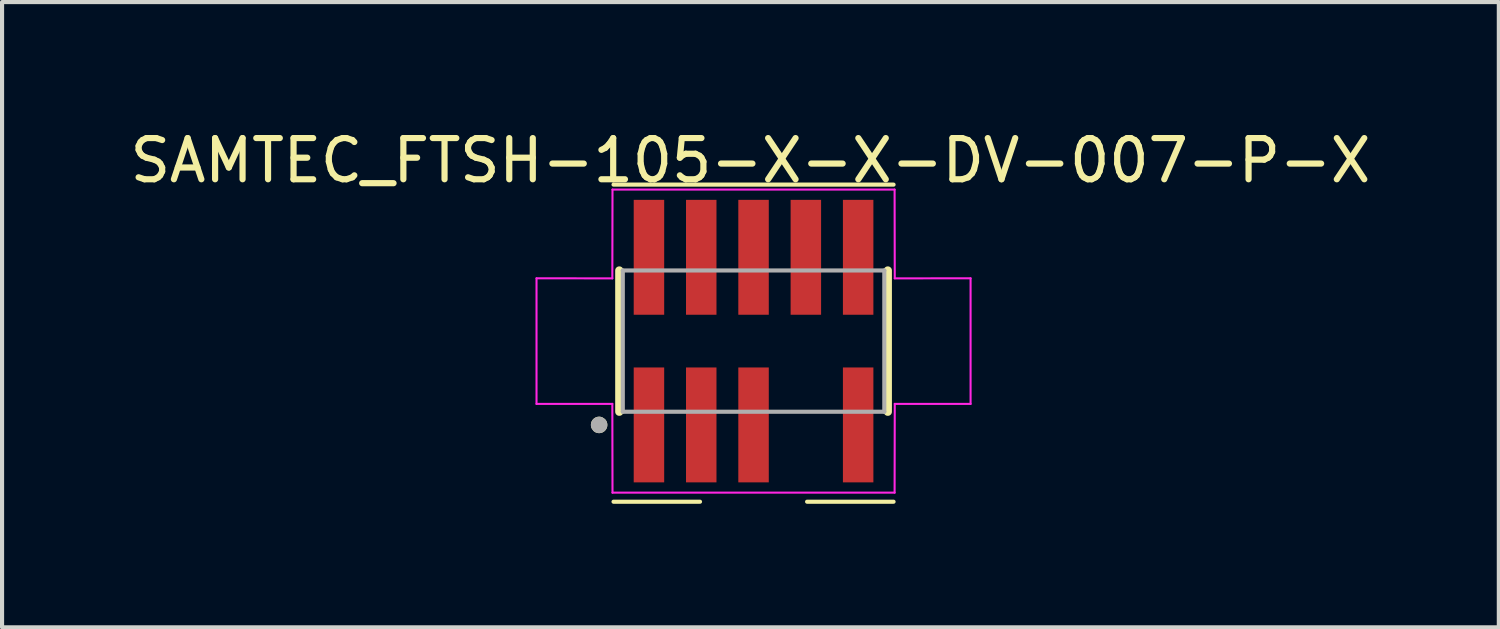
<source format=kicad_pcb>
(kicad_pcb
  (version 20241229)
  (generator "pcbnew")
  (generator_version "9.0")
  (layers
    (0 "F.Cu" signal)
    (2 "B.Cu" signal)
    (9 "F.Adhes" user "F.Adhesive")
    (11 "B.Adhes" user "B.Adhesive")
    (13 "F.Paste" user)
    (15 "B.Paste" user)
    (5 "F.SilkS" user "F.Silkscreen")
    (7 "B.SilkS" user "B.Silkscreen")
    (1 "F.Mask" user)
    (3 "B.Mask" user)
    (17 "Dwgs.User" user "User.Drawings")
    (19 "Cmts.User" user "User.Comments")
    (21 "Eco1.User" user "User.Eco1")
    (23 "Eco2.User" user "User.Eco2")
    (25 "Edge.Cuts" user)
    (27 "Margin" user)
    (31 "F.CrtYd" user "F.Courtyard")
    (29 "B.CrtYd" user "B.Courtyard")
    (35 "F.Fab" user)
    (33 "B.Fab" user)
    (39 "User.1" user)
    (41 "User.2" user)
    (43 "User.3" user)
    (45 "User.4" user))
  (footprint "SAMTEC_FTSH-105-X-X-DV-007-P-X"
    (layer "F.Cu")
    (at 15.248 5.233)
    (property "Reference" "SAMTEC_FTSH-105-X-X-DV-007-P-X" (at -0.075 -4.385 0) (layer "F.SilkS") (effects (font (size 1 1) (thickness 0.15))))
    (attr smd)
    (fp_line (start -3.4 -3.8) (end 3.4 -3.8) (stroke (width 0.1) (type default)) (layer "F.SilkS"))
    (fp_line (start -3.4 3.9) (end -1.3 3.9) (stroke (width 0.1) (type default)) (layer "F.SilkS"))
    (fp_line (start -3.26 1.715) (end -3.26 -1.715) (stroke (width 0.2) (type solid)) (layer "F.SilkS"))
    (fp_line (start 1.3 3.9) (end 3.4 3.9) (stroke (width 0.1) (type default)) (layer "F.SilkS"))
    (fp_line (start 3.26 -1.715) (end 3.26 1.715) (stroke (width 0.2) (type solid)) (layer "F.SilkS"))
    (fp_circle (center -3.75 2.035) (end -3.65 2.035) (stroke (width 0.2) (type solid)) (fill no) (layer "F.SilkS"))
    (fp_line (start -5.27 -1.525) (end -5.27 1.525) (stroke (width 0.05) (type default)) (layer "F.CrtYd"))
    (fp_line (start -5.27 1.525) (end -3.429 1.524) (stroke (width 0.05) (type default)) (layer "F.CrtYd"))
    (fp_line (start -3.429 -1.524) (end -5.27 -1.525) (stroke (width 0.05) (type default)) (layer "F.CrtYd"))
    (fp_line (start -3.429 1.524) (end -3.425 3.68) (stroke (width 0.05) (type default)) (layer "F.CrtYd"))
    (fp_line (start -3.425 -3.68) (end -3.429 -1.524) (stroke (width 0.05) (type default)) (layer "F.CrtYd"))
    (fp_line (start -3.425 -3.68) (end 3.425 -3.68) (stroke (width 0.05) (type solid)) (layer "F.CrtYd"))
    (fp_line (start 3.425 3.68) (end -3.425 3.68) (stroke (width 0.05) (type solid)) (layer "F.CrtYd"))
    (fp_line (start 3.425 3.68) (end 3.429 1.524) (stroke (width 0.05) (type default)) (layer "F.CrtYd"))
    (fp_line (start 3.429 -1.524) (end 3.425 -3.68) (stroke (width 0.05) (type default)) (layer "F.CrtYd"))
    (fp_line (start 3.429 1.524) (end 5.27 1.525) (stroke (width 0.05) (type default)) (layer "F.CrtYd"))
    (fp_line (start 5.27 -1.525) (end 3.429 -1.524) (stroke (width 0.05) (type default)) (layer "F.CrtYd"))
    (fp_line (start 5.27 1.525) (end 5.27 -1.525) (stroke (width 0.05) (type default)) (layer "F.CrtYd"))
    (fp_line (start -3.175 -1.715) (end 3.175 -1.715) (stroke (width 0.1) (type solid)) (layer "F.Fab"))
    (fp_line (start -3.175 1.715) (end -3.175 -1.715) (stroke (width 0.1) (type solid)) (layer "F.Fab"))
    (fp_line (start 3.175 -1.715) (end 3.175 1.715) (stroke (width 0.1) (type solid)) (layer "F.Fab"))
    (fp_line (start 3.175 1.715) (end -3.175 1.715) (stroke (width 0.1) (type solid)) (layer "F.Fab"))
    (fp_circle (center -3.75 2.035) (end -3.65 2.035) (stroke (width 0.2) (type solid)) (fill no) (layer "F.Fab"))
    (pad "1" smd rect (at -2.54 2.035) (size 0.74 2.79) (layers "F.Cu" "F.Mask" "F.Paste"))
    (pad "2" smd rect (at -2.54 -2.035) (size 0.74 2.79) (layers "F.Cu" "F.Mask" "F.Paste"))
    (pad "3" smd rect (at -1.27 2.035) (size 0.74 2.79) (layers "F.Cu" "F.Mask" "F.Paste"))
    (pad "4" smd rect (at -1.27 -2.035) (size 0.74 2.79) (layers "F.Cu" "F.Mask" "F.Paste"))
    (pad "5" smd rect (at 0 2.035) (size 0.74 2.79) (layers "F.Cu" "F.Mask" "F.Paste"))
    (pad "6" smd rect (at 0 -2.035) (size 0.74 2.79) (layers "F.Cu" "F.Mask" "F.Paste"))
    (pad "8" smd rect (at 1.27 -2.035) (size 0.74 2.79) (layers "F.Cu" "F.Mask" "F.Paste"))
    (pad "9" smd rect (at 2.54 2.035) (size 0.74 2.79) (layers "F.Cu" "F.Mask" "F.Paste"))
    (pad "10" smd rect (at 2.54 -2.035) (size 0.74 2.79) (layers "F.Cu" "F.Mask" "F.Paste")))
  (gr_rect
    (start -3 -3)
    (end 33.345 12.183)
    (stroke (width 0.1) (type default))
    (fill no)
    (layer "Edge.Cuts")))
</source>
